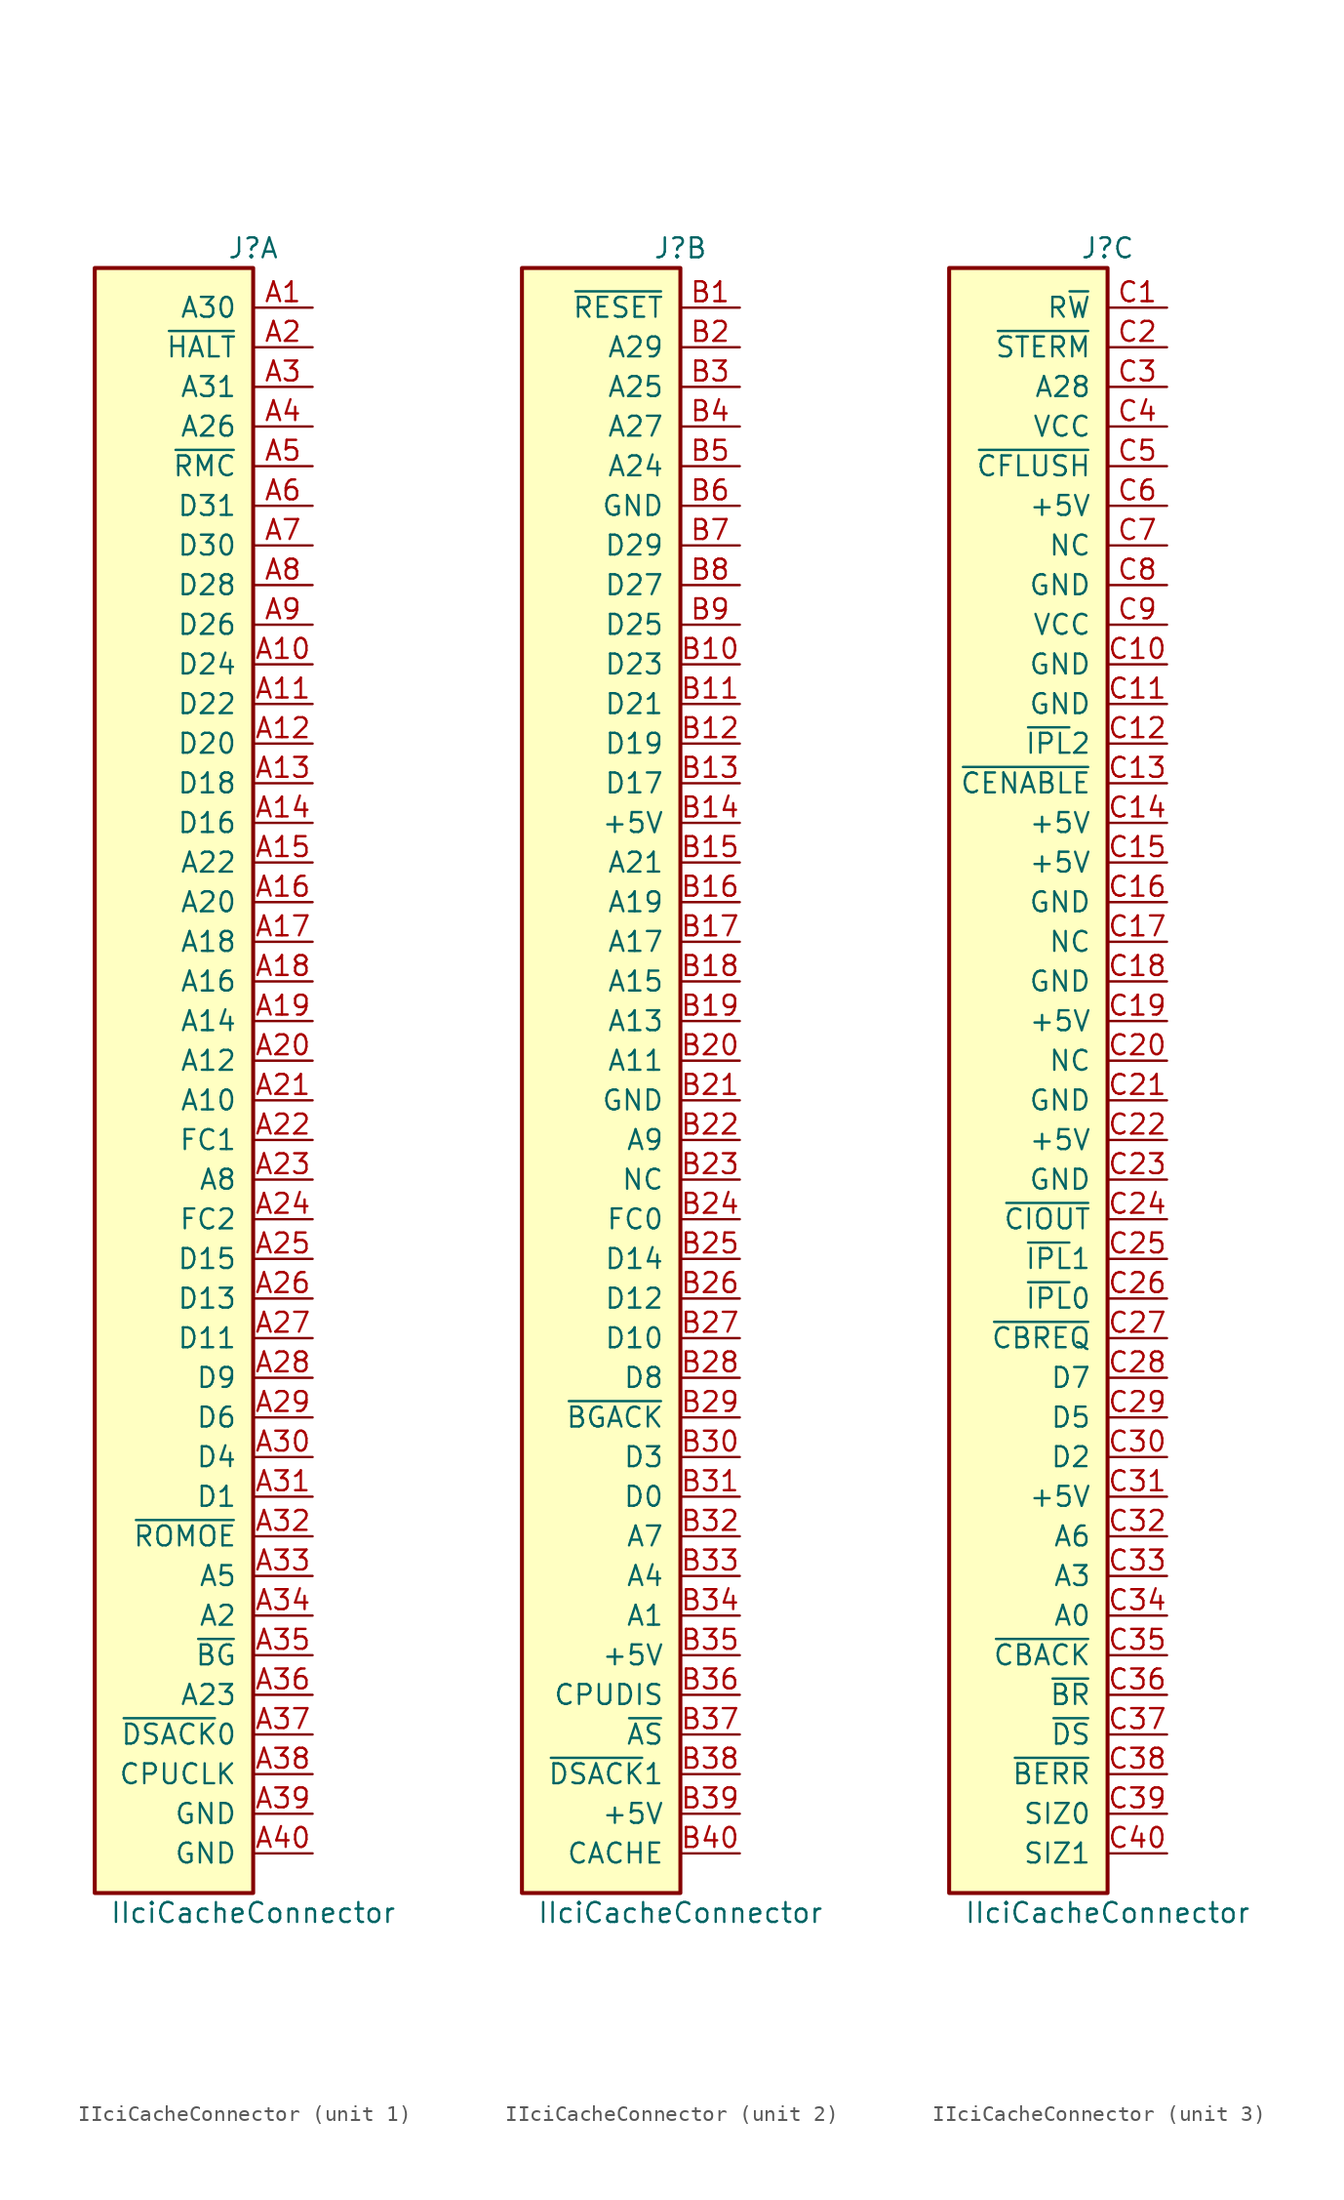
<source format=kicad_sym>
(kicad_symbol_lib
  (version 20220914)
  (generator kicad_symbol_editor)
  (symbol "IIciCacheConnector"
    (pin_names
      (offset 1.016))
    (property "Reference" "J"
      (at 0 59.69 0)
      (effects (font (size 1.27 1.27))))
    (property "Value" "IIciCacheConnector"
      (at 0 -46.99 0)
      (effects (font (size 1.27 1.27))))
    (property "ki_locked" ""
      (at 0 0 0)
      (effects (font (size 1.27 1.27))))
    (symbol "IIciCacheConnector_0_1"
      (rectangle (start 0 58.42) (end -10.16 -45.72) (stroke (width 0.254) (type default)) (fill (type background))))
    (symbol "IIciCacheConnector_1_1"
      (pin unspecified line (at 3.81 55.88 180) (length 3.81) (name "A30" (effects (font (size 1.27 1.27)))) (number "A1" (effects (font (size 1.27 1.27)))))
      (pin unspecified line (at 3.81 33.02 180) (length 3.81) (name "D24" (effects (font (size 1.27 1.27)))) (number "A10" (effects (font (size 1.27 1.27)))))
      (pin unspecified line (at 3.81 30.48 180) (length 3.81) (name "D22" (effects (font (size 1.27 1.27)))) (number "A11" (effects (font (size 1.27 1.27)))))
      (pin unspecified line (at 3.81 27.94 180) (length 3.81) (name "D20" (effects (font (size 1.27 1.27)))) (number "A12" (effects (font (size 1.27 1.27)))))
      (pin unspecified line (at 3.81 25.4 180) (length 3.81) (name "D18" (effects (font (size 1.27 1.27)))) (number "A13" (effects (font (size 1.27 1.27)))))
      (pin unspecified line (at 3.81 22.86 180) (length 3.81) (name "D16" (effects (font (size 1.27 1.27)))) (number "A14" (effects (font (size 1.27 1.27)))))
      (pin unspecified line (at 3.81 20.32 180) (length 3.81) (name "A22" (effects (font (size 1.27 1.27)))) (number "A15" (effects (font (size 1.27 1.27)))))
      (pin unspecified line (at 3.81 17.78 180) (length 3.81) (name "A20" (effects (font (size 1.27 1.27)))) (number "A16" (effects (font (size 1.27 1.27)))))
      (pin unspecified line (at 3.81 15.24 180) (length 3.81) (name "A18" (effects (font (size 1.27 1.27)))) (number "A17" (effects (font (size 1.27 1.27)))))
      (pin unspecified line (at 3.81 12.7 180) (length 3.81) (name "A16" (effects (font (size 1.27 1.27)))) (number "A18" (effects (font (size 1.27 1.27)))))
      (pin unspecified line (at 3.81 10.16 180) (length 3.81) (name "A14" (effects (font (size 1.27 1.27)))) (number "A19" (effects (font (size 1.27 1.27)))))
      (pin unspecified line (at 3.81 53.34 180) (length 3.81) (name "~{HALT}" (effects (font (size 1.27 1.27)))) (number "A2" (effects (font (size 1.27 1.27)))))
      (pin unspecified line (at 3.81 7.62 180) (length 3.81) (name "A12" (effects (font (size 1.27 1.27)))) (number "A20" (effects (font (size 1.27 1.27)))))
      (pin unspecified line (at 3.81 5.08 180) (length 3.81) (name "A10" (effects (font (size 1.27 1.27)))) (number "A21" (effects (font (size 1.27 1.27)))))
      (pin unspecified line (at 3.81 2.54 180) (length 3.81) (name "FC1" (effects (font (size 1.27 1.27)))) (number "A22" (effects (font (size 1.27 1.27)))))
      (pin unspecified line (at 3.81 0 180) (length 3.81) (name "A8" (effects (font (size 1.27 1.27)))) (number "A23" (effects (font (size 1.27 1.27)))))
      (pin unspecified line (at 3.81 -2.54 180) (length 3.81) (name "FC2" (effects (font (size 1.27 1.27)))) (number "A24" (effects (font (size 1.27 1.27)))))
      (pin unspecified line (at 3.81 -5.08 180) (length 3.81) (name "D15" (effects (font (size 1.27 1.27)))) (number "A25" (effects (font (size 1.27 1.27)))))
      (pin unspecified line (at 3.81 -7.62 180) (length 3.81) (name "D13" (effects (font (size 1.27 1.27)))) (number "A26" (effects (font (size 1.27 1.27)))))
      (pin unspecified line (at 3.81 -10.16 180) (length 3.81) (name "D11" (effects (font (size 1.27 1.27)))) (number "A27" (effects (font (size 1.27 1.27)))))
      (pin unspecified line (at 3.81 -12.7 180) (length 3.81) (name "D9" (effects (font (size 1.27 1.27)))) (number "A28" (effects (font (size 1.27 1.27)))))
      (pin unspecified line (at 3.81 -15.24 180) (length 3.81) (name "D6" (effects (font (size 1.27 1.27)))) (number "A29" (effects (font (size 1.27 1.27)))))
      (pin unspecified line (at 3.81 50.8 180) (length 3.81) (name "A31" (effects (font (size 1.27 1.27)))) (number "A3" (effects (font (size 1.27 1.27)))))
      (pin unspecified line (at 3.81 -17.78 180) (length 3.81) (name "D4" (effects (font (size 1.27 1.27)))) (number "A30" (effects (font (size 1.27 1.27)))))
      (pin unspecified line (at 3.81 -20.32 180) (length 3.81) (name "D1" (effects (font (size 1.27 1.27)))) (number "A31" (effects (font (size 1.27 1.27)))))
      (pin unspecified line (at 3.81 -22.86 180) (length 3.81) (name "~{ROMOE}" (effects (font (size 1.27 1.27)))) (number "A32" (effects (font (size 1.27 1.27)))))
      (pin unspecified line (at 3.81 -25.4 180) (length 3.81) (name "A5" (effects (font (size 1.27 1.27)))) (number "A33" (effects (font (size 1.27 1.27)))))
      (pin unspecified line (at 3.81 -27.94 180) (length 3.81) (name "A2" (effects (font (size 1.27 1.27)))) (number "A34" (effects (font (size 1.27 1.27)))))
      (pin unspecified line (at 3.81 -30.48 180) (length 3.81) (name "~{BG}" (effects (font (size 1.27 1.27)))) (number "A35" (effects (font (size 1.27 1.27)))))
      (pin unspecified line (at 3.81 -33.02 180) (length 3.81) (name "A23" (effects (font (size 1.27 1.27)))) (number "A36" (effects (font (size 1.27 1.27)))))
      (pin unspecified line (at 3.81 -35.56 180) (length 3.81) (name "~{DSACK}0" (effects (font (size 1.27 1.27)))) (number "A37" (effects (font (size 1.27 1.27)))))
      (pin unspecified line (at 3.81 -38.1 180) (length 3.81) (name "CPUCLK" (effects (font (size 1.27 1.27)))) (number "A38" (effects (font (size 1.27 1.27)))))
      (pin unspecified line (at 3.81 -40.64 180) (length 3.81) (name "GND" (effects (font (size 1.27 1.27)))) (number "A39" (effects (font (size 1.27 1.27)))))
      (pin unspecified line (at 3.81 48.26 180) (length 3.81) (name "A26" (effects (font (size 1.27 1.27)))) (number "A4" (effects (font (size 1.27 1.27)))))
      (pin unspecified line (at 3.81 -43.18 180) (length 3.81) (name "GND" (effects (font (size 1.27 1.27)))) (number "A40" (effects (font (size 1.27 1.27)))))
      (pin unspecified line (at 3.81 45.72 180) (length 3.81) (name "~{RMC}" (effects (font (size 1.27 1.27)))) (number "A5" (effects (font (size 1.27 1.27)))))
      (pin unspecified line (at 3.81 43.18 180) (length 3.81) (name "D31" (effects (font (size 1.27 1.27)))) (number "A6" (effects (font (size 1.27 1.27)))))
      (pin unspecified line (at 3.81 40.64 180) (length 3.81) (name "D30" (effects (font (size 1.27 1.27)))) (number "A7" (effects (font (size 1.27 1.27)))))
      (pin unspecified line (at 3.81 38.1 180) (length 3.81) (name "D28" (effects (font (size 1.27 1.27)))) (number "A8" (effects (font (size 1.27 1.27)))))
      (pin unspecified line (at 3.81 35.56 180) (length 3.81) (name "D26" (effects (font (size 1.27 1.27)))) (number "A9" (effects (font (size 1.27 1.27))))))
    (symbol "IIciCacheConnector_2_1"
      (pin unspecified line (at 3.81 55.88 180) (length 3.81) (name "~{RESET}" (effects (font (size 1.27 1.27)))) (number "B1" (effects (font (size 1.27 1.27)))))
      (pin bidirectional line (at 3.81 33.02 180) (length 3.81) (name "D23" (effects (font (size 1.27 1.27)))) (number "B10" (effects (font (size 1.27 1.27)))))
      (pin bidirectional line (at 3.81 30.48 180) (length 3.81) (name "D21" (effects (font (size 1.27 1.27)))) (number "B11" (effects (font (size 1.27 1.27)))))
      (pin bidirectional line (at 3.81 27.94 180) (length 3.81) (name "D19" (effects (font (size 1.27 1.27)))) (number "B12" (effects (font (size 1.27 1.27)))))
      (pin bidirectional line (at 3.81 25.4 180) (length 3.81) (name "D17" (effects (font (size 1.27 1.27)))) (number "B13" (effects (font (size 1.27 1.27)))))
      (pin unspecified line (at 3.81 22.86 180) (length 3.81) (name "+5V" (effects (font (size 1.27 1.27)))) (number "B14" (effects (font (size 1.27 1.27)))))
      (pin bidirectional line (at 3.81 20.32 180) (length 3.81) (name "A21" (effects (font (size 1.27 1.27)))) (number "B15" (effects (font (size 1.27 1.27)))))
      (pin bidirectional line (at 3.81 17.78 180) (length 3.81) (name "A19" (effects (font (size 1.27 1.27)))) (number "B16" (effects (font (size 1.27 1.27)))))
      (pin bidirectional line (at 3.81 15.24 180) (length 3.81) (name "A17" (effects (font (size 1.27 1.27)))) (number "B17" (effects (font (size 1.27 1.27)))))
      (pin bidirectional line (at 3.81 12.7 180) (length 3.81) (name "A15" (effects (font (size 1.27 1.27)))) (number "B18" (effects (font (size 1.27 1.27)))))
      (pin bidirectional line (at 3.81 10.16 180) (length 3.81) (name "A13" (effects (font (size 1.27 1.27)))) (number "B19" (effects (font (size 1.27 1.27)))))
      (pin bidirectional line (at 3.81 53.34 180) (length 3.81) (name "A29" (effects (font (size 1.27 1.27)))) (number "B2" (effects (font (size 1.27 1.27)))))
      (pin bidirectional line (at 3.81 7.62 180) (length 3.81) (name "A11" (effects (font (size 1.27 1.27)))) (number "B20" (effects (font (size 1.27 1.27)))))
      (pin unspecified line (at 3.81 5.08 180) (length 3.81) (name "GND" (effects (font (size 1.27 1.27)))) (number "B21" (effects (font (size 1.27 1.27)))))
      (pin bidirectional line (at 3.81 2.54 180) (length 3.81) (name "A9" (effects (font (size 1.27 1.27)))) (number "B22" (effects (font (size 1.27 1.27)))))
      (pin unspecified line (at 3.81 0 180) (length 3.81) (name "NC" (effects (font (size 1.27 1.27)))) (number "B23" (effects (font (size 1.27 1.27)))))
      (pin bidirectional line (at 3.81 -2.54 180) (length 3.81) (name "FC0" (effects (font (size 1.27 1.27)))) (number "B24" (effects (font (size 1.27 1.27)))))
      (pin bidirectional line (at 3.81 -5.08 180) (length 3.81) (name "D14" (effects (font (size 1.27 1.27)))) (number "B25" (effects (font (size 1.27 1.27)))))
      (pin bidirectional line (at 3.81 -7.62 180) (length 3.81) (name "D12" (effects (font (size 1.27 1.27)))) (number "B26" (effects (font (size 1.27 1.27)))))
      (pin bidirectional line (at 3.81 -10.16 180) (length 3.81) (name "D10" (effects (font (size 1.27 1.27)))) (number "B27" (effects (font (size 1.27 1.27)))))
      (pin bidirectional line (at 3.81 -12.7 180) (length 3.81) (name "D8" (effects (font (size 1.27 1.27)))) (number "B28" (effects (font (size 1.27 1.27)))))
      (pin bidirectional line (at 3.81 -15.24 180) (length 3.81) (name "~{BGACK}" (effects (font (size 1.27 1.27)))) (number "B29" (effects (font (size 1.27 1.27)))))
      (pin bidirectional line (at 3.81 50.8 180) (length 3.81) (name "A25" (effects (font (size 1.27 1.27)))) (number "B3" (effects (font (size 1.27 1.27)))))
      (pin bidirectional line (at 3.81 -17.78 180) (length 3.81) (name "D3" (effects (font (size 1.27 1.27)))) (number "B30" (effects (font (size 1.27 1.27)))))
      (pin bidirectional line (at 3.81 -20.32 180) (length 3.81) (name "D0" (effects (font (size 1.27 1.27)))) (number "B31" (effects (font (size 1.27 1.27)))))
      (pin bidirectional line (at 3.81 -22.86 180) (length 3.81) (name "A7" (effects (font (size 1.27 1.27)))) (number "B32" (effects (font (size 1.27 1.27)))))
      (pin bidirectional line (at 3.81 -25.4 180) (length 3.81) (name "A4" (effects (font (size 1.27 1.27)))) (number "B33" (effects (font (size 1.27 1.27)))))
      (pin bidirectional line (at 3.81 -27.94 180) (length 3.81) (name "A1" (effects (font (size 1.27 1.27)))) (number "B34" (effects (font (size 1.27 1.27)))))
      (pin unspecified line (at 3.81 -30.48 180) (length 3.81) (name "+5V" (effects (font (size 1.27 1.27)))) (number "B35" (effects (font (size 1.27 1.27)))))
      (pin unspecified line (at 3.81 -33.02 180) (length 3.81) (name "CPUDIS" (effects (font (size 1.27 1.27)))) (number "B36" (effects (font (size 1.27 1.27)))))
      (pin bidirectional line (at 3.81 -35.56 180) (length 3.81) (name "~{AS}" (effects (font (size 1.27 1.27)))) (number "B37" (effects (font (size 1.27 1.27)))))
      (pin bidirectional line (at 3.81 -38.1 180) (length 3.81) (name "~{DSACK}1" (effects (font (size 1.27 1.27)))) (number "B38" (effects (font (size 1.27 1.27)))))
      (pin unspecified line (at 3.81 -40.64 180) (length 3.81) (name "+5V" (effects (font (size 1.27 1.27)))) (number "B39" (effects (font (size 1.27 1.27)))))
      (pin bidirectional line (at 3.81 48.26 180) (length 3.81) (name "A27" (effects (font (size 1.27 1.27)))) (number "B4" (effects (font (size 1.27 1.27)))))
      (pin unspecified line (at 3.81 -43.18 180) (length 3.81) (name "CACHE" (effects (font (size 1.27 1.27)))) (number "B40" (effects (font (size 1.27 1.27)))))
      (pin bidirectional line (at 3.81 45.72 180) (length 3.81) (name "A24" (effects (font (size 1.27 1.27)))) (number "B5" (effects (font (size 1.27 1.27)))))
      (pin unspecified line (at 3.81 43.18 180) (length 3.81) (name "GND" (effects (font (size 1.27 1.27)))) (number "B6" (effects (font (size 1.27 1.27)))))
      (pin bidirectional line (at 3.81 40.64 180) (length 3.81) (name "D29" (effects (font (size 1.27 1.27)))) (number "B7" (effects (font (size 1.27 1.27)))))
      (pin bidirectional line (at 3.81 38.1 180) (length 3.81) (name "D27" (effects (font (size 1.27 1.27)))) (number "B8" (effects (font (size 1.27 1.27)))))
      (pin bidirectional line (at 3.81 35.56 180) (length 3.81) (name "D25" (effects (font (size 1.27 1.27)))) (number "B9" (effects (font (size 1.27 1.27))))))
    (symbol "IIciCacheConnector_3_1"
      (pin unspecified line (at 3.81 55.88 180) (length 3.81) (name "R~{W}" (effects (font (size 1.27 1.27)))) (number "C1" (effects (font (size 1.27 1.27)))))
      (pin unspecified line (at 3.81 33.02 180) (length 3.81) (name "GND" (effects (font (size 1.27 1.27)))) (number "C10" (effects (font (size 1.27 1.27)))))
      (pin unspecified line (at 3.81 30.48 180) (length 3.81) (name "GND" (effects (font (size 1.27 1.27)))) (number "C11" (effects (font (size 1.27 1.27)))))
      (pin unspecified line (at 3.81 27.94 180) (length 3.81) (name "~{IPL}2" (effects (font (size 1.27 1.27)))) (number "C12" (effects (font (size 1.27 1.27)))))
      (pin unspecified line (at 3.81 25.4 180) (length 3.81) (name "~{CENABLE}" (effects (font (size 1.27 1.27)))) (number "C13" (effects (font (size 1.27 1.27)))))
      (pin unspecified line (at 3.81 22.86 180) (length 3.81) (name "+5V" (effects (font (size 1.27 1.27)))) (number "C14" (effects (font (size 1.27 1.27)))))
      (pin unspecified line (at 3.81 20.32 180) (length 3.81) (name "+5V" (effects (font (size 1.27 1.27)))) (number "C15" (effects (font (size 1.27 1.27)))))
      (pin power_in line (at 3.81 17.78 180) (length 3.81) (name "GND" (effects (font (size 1.27 1.27)))) (number "C16" (effects (font (size 1.27 1.27)))))
      (pin unspecified line (at 3.81 15.24 180) (length 3.81) (name "NC" (effects (font (size 1.27 1.27)))) (number "C17" (effects (font (size 1.27 1.27)))))
      (pin unspecified line (at 3.81 12.7 180) (length 3.81) (name "GND" (effects (font (size 1.27 1.27)))) (number "C18" (effects (font (size 1.27 1.27)))))
      (pin unspecified line (at 3.81 10.16 180) (length 3.81) (name "+5V" (effects (font (size 1.27 1.27)))) (number "C19" (effects (font (size 1.27 1.27)))))
      (pin unspecified line (at 3.81 53.34 180) (length 3.81) (name "~{STERM}" (effects (font (size 1.27 1.27)))) (number "C2" (effects (font (size 1.27 1.27)))))
      (pin unspecified line (at 3.81 7.62 180) (length 3.81) (name "NC" (effects (font (size 1.27 1.27)))) (number "C20" (effects (font (size 1.27 1.27)))))
      (pin unspecified line (at 3.81 5.08 180) (length 3.81) (name "GND" (effects (font (size 1.27 1.27)))) (number "C21" (effects (font (size 1.27 1.27)))))
      (pin unspecified line (at 3.81 2.54 180) (length 3.81) (name "+5V" (effects (font (size 1.27 1.27)))) (number "C22" (effects (font (size 1.27 1.27)))))
      (pin unspecified line (at 3.81 0 180) (length 3.81) (name "GND" (effects (font (size 1.27 1.27)))) (number "C23" (effects (font (size 1.27 1.27)))))
      (pin unspecified line (at 3.81 -2.54 180) (length 3.81) (name "~{CIOUT}" (effects (font (size 1.27 1.27)))) (number "C24" (effects (font (size 1.27 1.27)))))
      (pin unspecified line (at 3.81 -5.08 180) (length 3.81) (name "~{IPL}1" (effects (font (size 1.27 1.27)))) (number "C25" (effects (font (size 1.27 1.27)))))
      (pin unspecified line (at 3.81 -7.62 180) (length 3.81) (name "~{IPL}0" (effects (font (size 1.27 1.27)))) (number "C26" (effects (font (size 1.27 1.27)))))
      (pin unspecified line (at 3.81 -10.16 180) (length 3.81) (name "~{CBREQ}" (effects (font (size 1.27 1.27)))) (number "C27" (effects (font (size 1.27 1.27)))))
      (pin unspecified line (at 3.81 -12.7 180) (length 3.81) (name "D7" (effects (font (size 1.27 1.27)))) (number "C28" (effects (font (size 1.27 1.27)))))
      (pin unspecified line (at 3.81 -15.24 180) (length 3.81) (name "D5" (effects (font (size 1.27 1.27)))) (number "C29" (effects (font (size 1.27 1.27)))))
      (pin unspecified line (at 3.81 50.8 180) (length 3.81) (name "A28" (effects (font (size 1.27 1.27)))) (number "C3" (effects (font (size 1.27 1.27)))))
      (pin unspecified line (at 3.81 -17.78 180) (length 3.81) (name "D2" (effects (font (size 1.27 1.27)))) (number "C30" (effects (font (size 1.27 1.27)))))
      (pin unspecified line (at 3.81 -20.32 180) (length 3.81) (name "+5V" (effects (font (size 1.27 1.27)))) (number "C31" (effects (font (size 1.27 1.27)))))
      (pin unspecified line (at 3.81 -22.86 180) (length 3.81) (name "A6" (effects (font (size 1.27 1.27)))) (number "C32" (effects (font (size 1.27 1.27)))))
      (pin unspecified line (at 3.81 -25.4 180) (length 3.81) (name "A3" (effects (font (size 1.27 1.27)))) (number "C33" (effects (font (size 1.27 1.27)))))
      (pin unspecified line (at 3.81 -27.94 180) (length 3.81) (name "A0" (effects (font (size 1.27 1.27)))) (number "C34" (effects (font (size 1.27 1.27)))))
      (pin unspecified line (at 3.81 -30.48 180) (length 3.81) (name "~{CBACK}" (effects (font (size 1.27 1.27)))) (number "C35" (effects (font (size 1.27 1.27)))))
      (pin unspecified line (at 3.81 -33.02 180) (length 3.81) (name "~{BR}" (effects (font (size 1.27 1.27)))) (number "C36" (effects (font (size 1.27 1.27)))))
      (pin unspecified line (at 3.81 -35.56 180) (length 3.81) (name "~{DS}" (effects (font (size 1.27 1.27)))) (number "C37" (effects (font (size 1.27 1.27)))))
      (pin unspecified line (at 3.81 -38.1 180) (length 3.81) (name "~{BERR}" (effects (font (size 1.27 1.27)))) (number "C38" (effects (font (size 1.27 1.27)))))
      (pin unspecified line (at 3.81 -40.64 180) (length 3.81) (name "SIZ0" (effects (font (size 1.27 1.27)))) (number "C39" (effects (font (size 1.27 1.27)))))
      (pin unspecified line (at 3.81 48.26 180) (length 3.81) (name "VCC" (effects (font (size 1.27 1.27)))) (number "C4" (effects (font (size 1.27 1.27)))))
      (pin unspecified line (at 3.81 -43.18 180) (length 3.81) (name "SIZ1" (effects (font (size 1.27 1.27)))) (number "C40" (effects (font (size 1.27 1.27)))))
      (pin unspecified line (at 3.81 45.72 180) (length 3.81) (name "~{CFLUSH}" (effects (font (size 1.27 1.27)))) (number "C5" (effects (font (size 1.27 1.27)))))
      (pin unspecified line (at 3.81 43.18 180) (length 3.81) (name "+5V" (effects (font (size 1.27 1.27)))) (number "C6" (effects (font (size 1.27 1.27)))))
      (pin unspecified line (at 3.81 40.64 180) (length 3.81) (name "NC" (effects (font (size 1.27 1.27)))) (number "C7" (effects (font (size 1.27 1.27)))))
      (pin unspecified line (at 3.81 38.1 180) (length 3.81) (name "GND" (effects (font (size 1.27 1.27)))) (number "C8" (effects (font (size 1.27 1.27)))))
      (pin unspecified line (at 3.81 35.56 180) (length 3.81) (name "VCC" (effects (font (size 1.27 1.27)))) (number "C9" (effects (font (size 1.27 1.27))))))))
</source>
